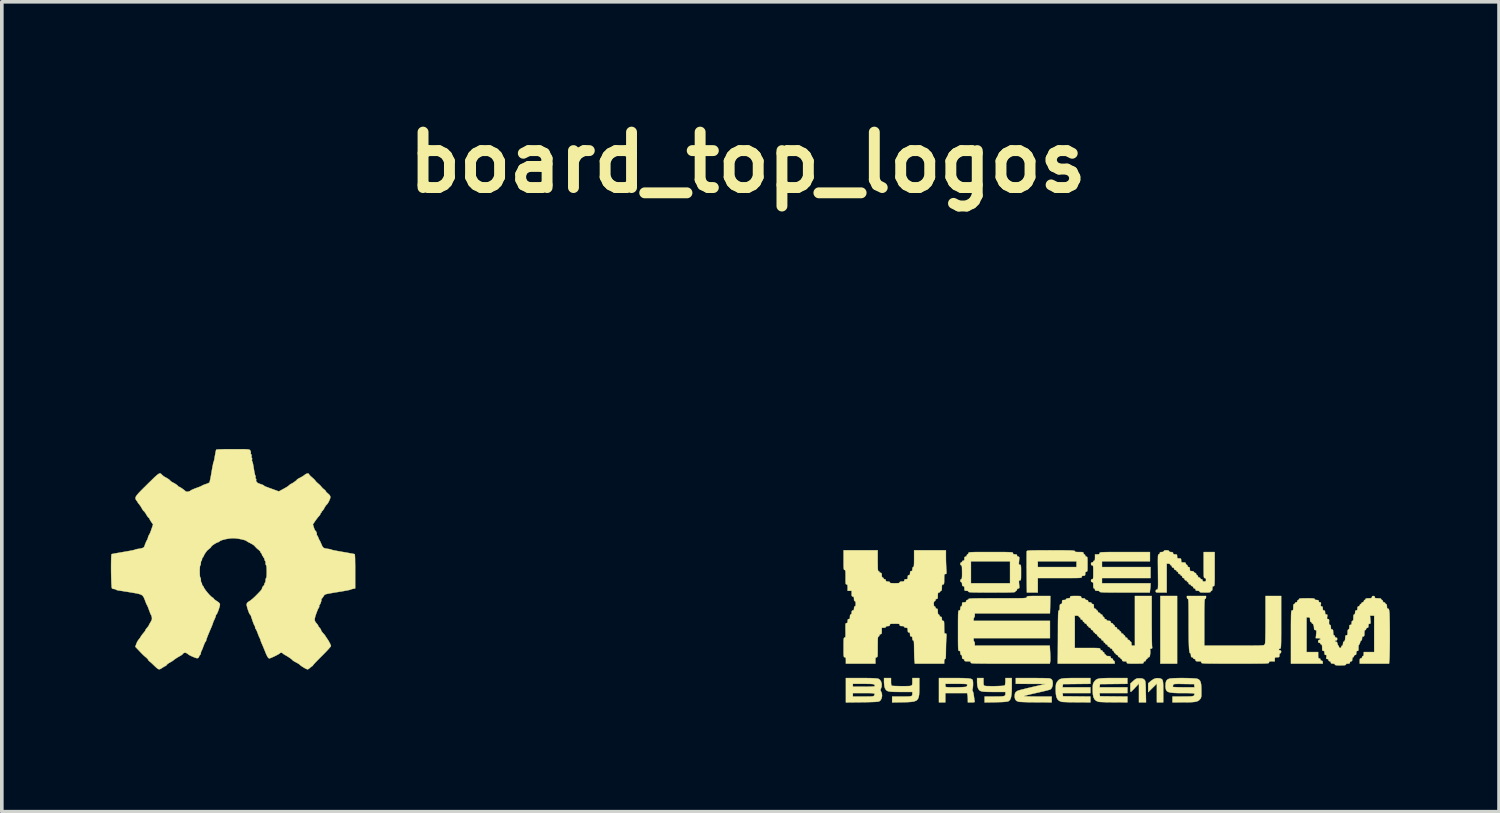
<source format=kicad_pcb>
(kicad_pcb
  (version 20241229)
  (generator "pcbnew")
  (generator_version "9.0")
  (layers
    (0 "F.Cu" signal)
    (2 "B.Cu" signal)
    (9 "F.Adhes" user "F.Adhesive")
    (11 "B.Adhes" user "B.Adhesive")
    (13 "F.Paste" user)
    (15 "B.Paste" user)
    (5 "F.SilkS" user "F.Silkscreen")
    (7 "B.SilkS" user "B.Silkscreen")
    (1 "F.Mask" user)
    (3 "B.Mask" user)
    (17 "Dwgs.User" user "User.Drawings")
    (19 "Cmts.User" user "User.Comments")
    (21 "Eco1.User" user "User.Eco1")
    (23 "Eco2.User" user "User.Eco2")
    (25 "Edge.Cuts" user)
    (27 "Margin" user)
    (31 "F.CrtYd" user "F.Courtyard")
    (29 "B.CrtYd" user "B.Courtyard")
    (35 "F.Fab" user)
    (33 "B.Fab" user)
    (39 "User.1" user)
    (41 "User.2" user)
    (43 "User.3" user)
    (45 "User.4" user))
  (footprint "board_top_logos"
    (layer "F.Cu")
    (at 17.51 1.418)
    (property "Reference" "board_top_logos" (at 0 0 0) (layer "F.SilkS") (effects (font (size 1.524 1.524) (thickness 0.3))))
    (attr through_hole)
    (fp_poly (pts (xy 11.81 13.781) (xy 11.349 13.781) (xy 11.349 11.921) (xy 11.81 11.921) (xy 11.81 13.781)) (stroke (width 0.01) (type solid)) (fill yes) (layer "F.SilkS"))
    (fp_poly (pts (xy 11.321 14.184) (xy 11.356 14.193) (xy 11.383 14.204) (xy 11.402 14.222) (xy 11.415 14.252) (xy 11.423 14.298) (xy 11.427 14.363) (xy 11.428 14.453) (xy 11.428 14.546) (xy 11.428 14.846) (xy 11.254 14.846) (xy 11.254 14.33) (xy 11.015 14.567) (xy 11.015 14.324) (xy 11.088 14.259) (xy 11.167 14.205) (xy 11.245 14.181) (xy 11.321 14.184)) (stroke (width 0.01) (type solid)) (fill yes) (layer "F.SilkS"))
    (fp_poly (pts (xy 10.837 14.189) (xy 10.875 14.199) (xy 10.904 14.219) (xy 10.907 14.222) (xy 10.92 14.237) (xy 10.93 14.253) (xy 10.936 14.277) (xy 10.941 14.313) (xy 10.944 14.366) (xy 10.947 14.441) (xy 10.949 14.542) (xy 10.949 14.552) (xy 10.955 14.846) (xy 10.761 14.846) (xy 10.761 14.329) (xy 10.653 14.444) (xy 10.607 14.493) (xy 10.568 14.532) (xy 10.542 14.555) (xy 10.534 14.56) (xy 10.529 14.545) (xy 10.525 14.507) (xy 10.524 14.452) (xy 10.524 14.444) (xy 10.526 14.329) (xy 10.605 14.258) (xy 10.65 14.219) (xy 10.684 14.198) (xy 10.72 14.188) (xy 10.769 14.186) (xy 10.778 14.186) (xy 10.837 14.189)) (stroke (width 0.01) (type solid)) (fill yes) (layer "F.SilkS"))
    (fp_poly (pts (xy 10.443 14.337) (xy 9.688 14.345) (xy 9.683 14.389) (xy 9.678 14.433) (xy 10.443 14.433) (xy 10.443 14.591) (xy 9.678 14.591) (xy 9.683 14.635) (xy 9.688 14.679) (xy 10.443 14.687) (xy 10.443 14.846) (xy 10.065 14.844) (xy 9.956 14.843) (xy 9.856 14.842) (xy 9.769 14.839) (xy 9.7 14.836) (xy 9.656 14.832) (xy 9.643 14.829) (xy 9.583 14.804) (xy 9.54 14.764) (xy 9.511 14.707) (xy 9.495 14.628) (xy 9.489 14.522) (xy 9.489 14.507) (xy 9.49 14.43) (xy 9.493 14.376) (xy 9.5 14.339) (xy 9.512 14.309) (xy 9.525 14.288) (xy 9.548 14.256) (xy 9.572 14.231) (xy 9.601 14.212) (xy 9.64 14.198) (xy 9.691 14.189) (xy 9.759 14.183) (xy 9.849 14.18) (xy 9.963 14.178) (xy 10.057 14.178) (xy 10.443 14.178) (xy 10.443 14.337)) (stroke (width 0.01) (type solid)) (fill yes) (layer "F.SilkS"))
    (fp_poly (pts (xy 9.426 14.337) (xy 9.048 14.341) (xy 8.671 14.345) (xy 8.666 14.389) (xy 8.661 14.433) (xy 9.426 14.433) (xy 9.426 14.591) (xy 8.661 14.591) (xy 8.666 14.635) (xy 8.671 14.679) (xy 9.048 14.683) (xy 9.426 14.687) (xy 9.426 14.846) (xy 9.048 14.844) (xy 8.939 14.843) (xy 8.839 14.842) (xy 8.752 14.839) (xy 8.683 14.836) (xy 8.638 14.832) (xy 8.625 14.829) (xy 8.566 14.804) (xy 8.523 14.764) (xy 8.494 14.707) (xy 8.478 14.628) (xy 8.472 14.522) (xy 8.472 14.507) (xy 8.473 14.43) (xy 8.476 14.376) (xy 8.483 14.339) (xy 8.495 14.309) (xy 8.508 14.288) (xy 8.531 14.256) (xy 8.555 14.231) (xy 8.584 14.212) (xy 8.622 14.198) (xy 8.674 14.189) (xy 8.742 14.183) (xy 8.831 14.18) (xy 8.946 14.178) (xy 9.04 14.178) (xy 9.426 14.178) (xy 9.426 14.337)) (stroke (width 0.01) (type solid)) (fill yes) (layer "F.SilkS"))
    (fp_poly (pts (xy 3.942 14.28) (xy 3.944 14.339) (xy 3.951 14.374) (xy 3.964 14.39) (xy 3.967 14.391) (xy 3.991 14.394) (xy 4.041 14.397) (xy 4.11 14.399) (xy 4.193 14.401) (xy 4.251 14.401) (xy 4.352 14.401) (xy 4.425 14.399) (xy 4.474 14.395) (xy 4.505 14.384) (xy 4.522 14.366) (xy 4.529 14.338) (xy 4.53 14.297) (xy 4.53 14.264) (xy 4.53 14.178) (xy 4.721 14.178) (xy 4.721 14.416) (xy 4.72 14.539) (xy 4.715 14.635) (xy 4.702 14.707) (xy 4.678 14.76) (xy 4.639 14.797) (xy 4.582 14.82) (xy 4.504 14.833) (xy 4.401 14.84) (xy 4.272 14.843) (xy 3.974 14.848) (xy 3.974 14.687) (xy 4.242 14.687) (xy 4.344 14.687) (xy 4.419 14.685) (xy 4.47 14.681) (xy 4.503 14.673) (xy 4.52 14.66) (xy 4.528 14.64) (xy 4.53 14.613) (xy 4.53 14.598) (xy 4.53 14.56) (xy 4.211 14.56) (xy 4.09 14.559) (xy 3.995 14.557) (xy 3.925 14.552) (xy 3.873 14.543) (xy 3.836 14.53) (xy 3.81 14.511) (xy 3.791 14.485) (xy 3.777 14.459) (xy 3.76 14.399) (xy 3.752 14.317) (xy 3.751 14.291) (xy 3.751 14.178) (xy 3.942 14.178) (xy 3.942 14.28)) (stroke (width 0.01) (type solid)) (fill yes) (layer "F.SilkS"))
    (fp_poly (pts (xy 6.485 14.28) (xy 6.487 14.339) (xy 6.494 14.374) (xy 6.508 14.39) (xy 6.51 14.391) (xy 6.54 14.396) (xy 6.593 14.4) (xy 6.662 14.401) (xy 6.742 14.402) (xy 6.825 14.401) (xy 6.906 14.398) (xy 6.977 14.395) (xy 7.032 14.39) (xy 7.065 14.384) (xy 7.07 14.382) (xy 7.08 14.356) (xy 7.087 14.31) (xy 7.089 14.27) (xy 7.089 14.178) (xy 7.264 14.178) (xy 7.264 14.413) (xy 7.262 14.54) (xy 7.254 14.638) (xy 7.241 14.713) (xy 7.221 14.766) (xy 7.193 14.801) (xy 7.17 14.816) (xy 7.138 14.825) (xy 7.08 14.832) (xy 6.994 14.838) (xy 6.878 14.841) (xy 6.823 14.843) (xy 6.517 14.848) (xy 6.517 14.687) (xy 6.784 14.687) (xy 6.89 14.686) (xy 6.968 14.684) (xy 7.022 14.679) (xy 7.057 14.671) (xy 7.078 14.657) (xy 7.087 14.637) (xy 7.089 14.609) (xy 7.089 14.604) (xy 7.089 14.56) (xy 6.77 14.56) (xy 6.649 14.559) (xy 6.555 14.557) (xy 6.484 14.552) (xy 6.432 14.543) (xy 6.395 14.53) (xy 6.37 14.511) (xy 6.35 14.485) (xy 6.336 14.459) (xy 6.319 14.399) (xy 6.311 14.317) (xy 6.31 14.291) (xy 6.31 14.178) (xy 6.485 14.178) (xy 6.485 14.28)) (stroke (width 0.01) (type solid)) (fill yes) (layer "F.SilkS"))
    (fp_poly (pts (xy 7.936 14.179) (xy 8.046 14.18) (xy 8.143 14.181) (xy 8.222 14.183) (xy 8.278 14.185) (xy 8.308 14.188) (xy 8.309 14.188) (xy 8.355 14.21) (xy 8.375 14.236) (xy 8.39 14.295) (xy 8.389 14.361) (xy 8.375 14.422) (xy 8.348 14.471) (xy 8.321 14.493) (xy 8.295 14.501) (xy 8.244 14.515) (xy 8.172 14.533) (xy 8.084 14.554) (xy 7.984 14.577) (xy 7.942 14.586) (xy 7.842 14.609) (xy 7.754 14.63) (xy 7.681 14.648) (xy 7.629 14.663) (xy 7.601 14.673) (xy 7.598 14.675) (xy 7.613 14.678) (xy 7.656 14.681) (xy 7.721 14.684) (xy 7.806 14.686) (xy 7.905 14.687) (xy 7.979 14.687) (xy 8.361 14.687) (xy 8.361 14.846) (xy 7.936 14.844) (xy 7.82 14.843) (xy 7.712 14.842) (xy 7.617 14.839) (xy 7.539 14.836) (xy 7.485 14.833) (xy 7.458 14.83) (xy 7.397 14.808) (xy 7.361 14.771) (xy 7.345 14.715) (xy 7.343 14.678) (xy 7.35 14.611) (xy 7.372 14.566) (xy 7.414 14.535) (xy 7.437 14.524) (xy 7.464 14.516) (xy 7.517 14.501) (xy 7.591 14.483) (xy 7.681 14.46) (xy 7.782 14.436) (xy 7.836 14.423) (xy 8.194 14.34) (xy 7.785 14.338) (xy 7.375 14.337) (xy 7.375 14.178) (xy 7.818 14.178) (xy 7.936 14.179)) (stroke (width 0.01) (type solid)) (fill yes) (layer "F.SilkS"))
    (fp_poly (pts (xy 5.814 14.179) (xy 5.925 14.18) (xy 6.012 14.184) (xy 6.077 14.189) (xy 6.124 14.196) (xy 6.156 14.206) (xy 6.176 14.219) (xy 6.187 14.231) (xy 6.194 14.259) (xy 6.198 14.308) (xy 6.198 14.366) (xy 6.195 14.422) (xy 6.189 14.465) (xy 6.184 14.48) (xy 6.179 14.515) (xy 6.189 14.536) (xy 6.202 14.568) (xy 6.214 14.62) (xy 6.221 14.671) (xy 6.229 14.731) (xy 6.236 14.782) (xy 6.241 14.81) (xy 6.244 14.83) (xy 6.236 14.84) (xy 6.21 14.845) (xy 6.159 14.846) (xy 6.153 14.846) (xy 6.056 14.846) (xy 6.056 14.768) (xy 6.054 14.71) (xy 6.049 14.656) (xy 6.046 14.641) (xy 6.036 14.591) (xy 5.436 14.591) (xy 5.436 14.846) (xy 5.261 14.846) (xy 5.261 14.337) (xy 5.436 14.337) (xy 5.436 14.374) (xy 5.44 14.408) (xy 5.447 14.422) (xy 5.468 14.427) (xy 5.514 14.431) (xy 5.579 14.433) (xy 5.656 14.434) (xy 5.74 14.433) (xy 5.823 14.431) (xy 5.899 14.428) (xy 5.962 14.424) (xy 6.005 14.419) (xy 6.021 14.413) (xy 6.038 14.382) (xy 6.04 14.366) (xy 6.038 14.356) (xy 6.029 14.348) (xy 6.009 14.343) (xy 5.974 14.34) (xy 5.92 14.338) (xy 5.842 14.337) (xy 5.738 14.337) (xy 5.436 14.337) (xy 5.261 14.337) (xy 5.261 14.178) (xy 5.673 14.178) (xy 5.814 14.179)) (stroke (width 0.01) (type solid)) (fill yes) (layer "F.SilkS"))
    (fp_poly (pts (xy 3.271 14.179) (xy 3.395 14.181) (xy 3.49 14.185) (xy 3.556 14.19) (xy 3.592 14.196) (xy 3.638 14.228) (xy 3.671 14.281) (xy 3.687 14.346) (xy 3.684 14.414) (xy 3.665 14.467) (xy 3.652 14.502) (xy 3.657 14.529) (xy 3.664 14.539) (xy 3.69 14.599) (xy 3.696 14.667) (xy 3.684 14.734) (xy 3.654 14.789) (xy 3.621 14.817) (xy 3.601 14.824) (xy 3.563 14.829) (xy 3.506 14.834) (xy 3.426 14.837) (xy 3.32 14.84) (xy 3.187 14.843) (xy 3.143 14.843) (xy 2.702 14.848) (xy 2.702 14.591) (xy 2.893 14.591) (xy 2.893 14.687) (xy 3.178 14.687) (xy 3.281 14.687) (xy 3.355 14.686) (xy 3.408 14.684) (xy 3.442 14.68) (xy 3.463 14.674) (xy 3.474 14.665) (xy 3.48 14.656) (xy 3.491 14.634) (xy 3.494 14.618) (xy 3.485 14.606) (xy 3.46 14.599) (xy 3.417 14.594) (xy 3.352 14.592) (xy 3.26 14.592) (xy 3.195 14.591) (xy 2.893 14.591) (xy 2.702 14.591) (xy 2.702 14.337) (xy 2.893 14.337) (xy 2.893 14.417) (xy 3.195 14.417) (xy 3.294 14.416) (xy 3.378 14.414) (xy 3.442 14.411) (xy 3.483 14.407) (xy 3.497 14.402) (xy 3.496 14.38) (xy 3.489 14.363) (xy 3.473 14.352) (xy 3.444 14.344) (xy 3.397 14.34) (xy 3.328 14.338) (xy 3.234 14.337) (xy 3.185 14.337) (xy 2.893 14.337) (xy 2.702 14.337) (xy 2.702 14.178) (xy 3.121 14.178) (xy 3.271 14.179)) (stroke (width 0.01) (type solid)) (fill yes) (layer "F.SilkS"))
    (fp_poly (pts (xy 11.063 10.967) (xy 9.744 10.967) (xy 9.744 11.126) (xy 11.079 11.126) (xy 11.079 11.428) (xy 9.744 11.428) (xy 9.744 11.571) (xy 11.079 11.571) (xy 11.079 11.615) (xy 11.077 11.657) (xy 11.072 11.713) (xy 11.068 11.742) (xy 11.058 11.826) (xy 10.369 11.826) (xy 10.201 11.826) (xy 10.063 11.825) (xy 9.951 11.825) (xy 9.862 11.823) (xy 9.795 11.822) (xy 9.746 11.819) (xy 9.712 11.816) (xy 9.692 11.812) (xy 9.682 11.807) (xy 9.68 11.802) (xy 9.669 11.785) (xy 9.635 11.779) (xy 9.616 11.778) (xy 9.575 11.775) (xy 9.556 11.765) (xy 9.553 11.746) (xy 9.543 11.72) (xy 9.529 11.715) (xy 9.515 11.707) (xy 9.507 11.679) (xy 9.505 11.627) (xy 9.504 11.577) (xy 9.498 11.55) (xy 9.484 11.541) (xy 9.473 11.54) (xy 9.448 11.53) (xy 9.442 11.5) (xy 9.449 11.469) (xy 9.473 11.46) (xy 9.487 11.458) (xy 9.496 11.449) (xy 9.501 11.428) (xy 9.504 11.388) (xy 9.505 11.326) (xy 9.505 11.269) (xy 9.505 11.189) (xy 9.503 11.135) (xy 9.5 11.102) (xy 9.493 11.085) (xy 9.483 11.079) (xy 9.473 11.079) (xy 9.448 11.069) (xy 9.442 11.039) (xy 9.449 11.008) (xy 9.473 10.999) (xy 9.499 10.989) (xy 9.505 10.975) (xy 9.518 10.954) (xy 9.529 10.952) (xy 9.543 10.944) (xy 9.551 10.916) (xy 9.553 10.864) (xy 9.553 10.777) (xy 9.616 10.777) (xy 9.658 10.774) (xy 9.676 10.763) (xy 9.68 10.745) (xy 9.681 10.737) (xy 9.685 10.731) (xy 9.695 10.726) (xy 9.714 10.722) (xy 9.744 10.719) (xy 9.789 10.717) (xy 9.851 10.715) (xy 9.933 10.714) (xy 10.038 10.713) (xy 10.169 10.713) (xy 10.327 10.713) (xy 10.371 10.713) (xy 11.063 10.713) (xy 11.063 10.967)) (stroke (width 0.01) (type solid)) (fill yes) (layer "F.SilkS"))
    (fp_poly (pts (xy 8.502 10.666) (xy 8.637 10.666) (xy 8.745 10.667) (xy 8.83 10.668) (xy 8.894 10.67) (xy 8.939 10.673) (xy 8.97 10.676) (xy 8.987 10.68) (xy 8.995 10.685) (xy 8.996 10.689) (xy 9.003 10.702) (xy 9.025 10.709) (xy 9.07 10.713) (xy 9.116 10.713) (xy 9.177 10.714) (xy 9.212 10.717) (xy 9.23 10.725) (xy 9.235 10.739) (xy 9.235 10.745) (xy 9.245 10.771) (xy 9.259 10.777) (xy 9.278 10.79) (xy 9.283 10.809) (xy 9.294 10.835) (xy 9.314 10.84) (xy 9.327 10.842) (xy 9.336 10.851) (xy 9.342 10.871) (xy 9.345 10.909) (xy 9.346 10.969) (xy 9.346 11.047) (xy 9.346 11.131) (xy 9.345 11.189) (xy 9.341 11.225) (xy 9.336 11.244) (xy 9.326 11.252) (xy 9.314 11.254) (xy 9.292 11.26) (xy 9.284 11.284) (xy 9.283 11.309) (xy 9.28 11.347) (xy 9.266 11.362) (xy 9.235 11.365) (xy 9.2 11.37) (xy 9.188 11.388) (xy 9.187 11.397) (xy 9.186 11.405) (xy 9.182 11.411) (xy 9.171 11.417) (xy 9.151 11.421) (xy 9.118 11.424) (xy 9.07 11.426) (xy 9.003 11.427) (xy 8.915 11.428) (xy 8.802 11.428) (xy 8.662 11.428) (xy 8.583 11.428) (xy 7.979 11.428) (xy 7.979 11.826) (xy 7.679 11.826) (xy 7.674 11.273) (xy 7.673 11.143) (xy 7.673 11.022) (xy 7.673 10.967) (xy 7.979 10.967) (xy 7.979 11.126) (xy 9.044 11.126) (xy 9.044 10.967) (xy 7.979 10.967) (xy 7.673 10.967) (xy 7.672 10.914) (xy 7.673 10.824) (xy 7.673 10.754) (xy 7.674 10.709) (xy 7.675 10.693) (xy 7.678 10.686) (xy 7.686 10.681) (xy 7.703 10.676) (xy 7.729 10.673) (xy 7.77 10.67) (xy 7.827 10.668) (xy 7.903 10.667) (xy 8.001 10.666) (xy 8.125 10.666) (xy 8.276 10.665) (xy 8.339 10.665) (xy 8.502 10.666)) (stroke (width 0.01) (type solid)) (fill yes) (layer "F.SilkS"))
    (fp_poly (pts (xy 12.083 14.18) (xy 12.178 14.183) (xy 12.26 14.187) (xy 12.324 14.192) (xy 12.363 14.198) (xy 12.366 14.199) (xy 12.408 14.219) (xy 12.438 14.25) (xy 12.458 14.295) (xy 12.471 14.36) (xy 12.476 14.45) (xy 12.477 14.524) (xy 12.477 14.606) (xy 12.476 14.662) (xy 12.471 14.7) (xy 12.463 14.727) (xy 12.45 14.747) (xy 12.434 14.767) (xy 12.408 14.792) (xy 12.377 14.811) (xy 12.337 14.825) (xy 12.284 14.835) (xy 12.213 14.841) (xy 12.119 14.844) (xy 12 14.845) (xy 11.973 14.845) (xy 11.683 14.846) (xy 11.683 14.687) (xy 11.966 14.687) (xy 12.075 14.686) (xy 12.156 14.684) (xy 12.214 14.68) (xy 12.251 14.672) (xy 12.274 14.661) (xy 12.284 14.644) (xy 12.287 14.622) (xy 12.287 14.62) (xy 12.285 14.61) (xy 12.276 14.603) (xy 12.257 14.598) (xy 12.222 14.595) (xy 12.169 14.593) (xy 12.092 14.592) (xy 11.989 14.591) (xy 11.973 14.591) (xy 11.836 14.591) (xy 11.728 14.587) (xy 11.645 14.58) (xy 11.585 14.567) (xy 11.542 14.548) (xy 11.515 14.52) (xy 11.5 14.483) (xy 11.493 14.435) (xy 11.492 14.405) (xy 11.692 14.405) (xy 11.693 14.421) (xy 11.711 14.424) (xy 11.755 14.428) (xy 11.821 14.43) (xy 11.903 14.432) (xy 11.995 14.433) (xy 12.289 14.433) (xy 12.284 14.389) (xy 12.279 14.345) (xy 11.996 14.341) (xy 11.895 14.339) (xy 11.822 14.339) (xy 11.771 14.34) (xy 11.738 14.343) (xy 11.718 14.348) (xy 11.708 14.357) (xy 11.702 14.369) (xy 11.7 14.373) (xy 11.692 14.405) (xy 11.492 14.405) (xy 11.492 14.385) (xy 11.497 14.306) (xy 11.514 14.252) (xy 11.547 14.217) (xy 11.599 14.195) (xy 11.6 14.195) (xy 11.639 14.189) (xy 11.703 14.184) (xy 11.785 14.181) (xy 11.88 14.179) (xy 11.982 14.179) (xy 12.083 14.18)) (stroke (width 0.01) (type solid)) (fill yes) (layer "F.SilkS"))
    (fp_poly (pts (xy 8.321 12.068) (xy 8.319 12.147) (xy 8.318 12.227) (xy 8.316 12.292) (xy 8.316 12.307) (xy 8.313 12.398) (xy 6.247 12.398) (xy 6.247 12.454) (xy 6.243 12.49) (xy 6.233 12.509) (xy 6.231 12.509) (xy 6.22 12.523) (xy 6.215 12.556) (xy 6.215 12.557) (xy 6.215 12.605) (xy 8.313 12.605) (xy 8.313 13.081) (xy 6.215 13.081) (xy 6.215 13.129) (xy 6.219 13.163) (xy 6.231 13.177) (xy 6.231 13.177) (xy 6.241 13.191) (xy 6.247 13.225) (xy 6.247 13.232) (xy 6.247 13.288) (xy 8.308 13.288) (xy 8.319 13.483) (xy 8.322 13.563) (xy 8.324 13.637) (xy 8.323 13.696) (xy 8.319 13.729) (xy 8.309 13.781) (xy 7.222 13.781) (xy 7.01 13.781) (xy 6.828 13.781) (xy 6.672 13.781) (xy 6.542 13.78) (xy 6.435 13.779) (xy 6.349 13.778) (xy 6.281 13.777) (xy 6.229 13.775) (xy 6.191 13.773) (xy 6.165 13.77) (xy 6.149 13.766) (xy 6.14 13.761) (xy 6.136 13.756) (xy 6.135 13.75) (xy 6.135 13.749) (xy 6.132 13.731) (xy 6.115 13.721) (xy 6.079 13.718) (xy 6.048 13.717) (xy 5.997 13.716) (xy 5.971 13.71) (xy 5.962 13.697) (xy 5.961 13.685) (xy 5.949 13.659) (xy 5.929 13.654) (xy 5.907 13.647) (xy 5.898 13.623) (xy 5.897 13.598) (xy 5.892 13.557) (xy 5.875 13.543) (xy 5.873 13.542) (xy 5.856 13.53) (xy 5.849 13.492) (xy 5.849 13.487) (xy 5.846 13.448) (xy 5.832 13.433) (xy 5.818 13.431) (xy 5.809 13.43) (xy 5.802 13.426) (xy 5.797 13.414) (xy 5.793 13.393) (xy 5.79 13.359) (xy 5.788 13.308) (xy 5.787 13.238) (xy 5.786 13.146) (xy 5.786 13.029) (xy 5.786 12.883) (xy 5.786 12.875) (xy 5.786 12.727) (xy 5.786 12.608) (xy 5.787 12.515) (xy 5.788 12.444) (xy 5.79 12.393) (xy 5.793 12.358) (xy 5.797 12.336) (xy 5.802 12.324) (xy 5.809 12.319) (xy 5.817 12.319) (xy 5.818 12.319) (xy 5.839 12.312) (xy 5.848 12.288) (xy 5.849 12.263) (xy 5.854 12.222) (xy 5.871 12.207) (xy 5.873 12.207) (xy 5.891 12.195) (xy 5.897 12.157) (xy 5.897 12.152) (xy 5.899 12.114) (xy 5.913 12.099) (xy 5.948 12.096) (xy 5.953 12.096) (xy 5.991 12.092) (xy 6.006 12.079) (xy 6.008 12.064) (xy 6.019 12.038) (xy 6.04 12.032) (xy 6.066 12.022) (xy 6.072 12.009) (xy 6.075 12.003) (xy 6.086 11.999) (xy 6.107 11.995) (xy 6.14 11.992) (xy 6.189 11.989) (xy 6.256 11.988) (xy 6.343 11.986) (xy 6.452 11.986) (xy 6.587 11.985) (xy 6.749 11.985) (xy 6.875 11.985) (xy 7.055 11.985) (xy 7.206 11.985) (xy 7.33 11.984) (xy 7.43 11.984) (xy 7.509 11.982) (xy 7.569 11.981) (xy 7.613 11.978) (xy 7.643 11.975) (xy 7.662 11.972) (xy 7.672 11.967) (xy 7.676 11.961) (xy 7.677 11.954) (xy 7.677 11.953) (xy 7.678 11.942) (xy 7.685 11.934) (xy 7.701 11.929) (xy 7.73 11.925) (xy 7.776 11.923) (xy 7.844 11.922) (xy 7.937 11.921) (xy 8 11.921) (xy 8.323 11.921) (xy 8.321 12.068)) (stroke (width 0.01) (type solid)) (fill yes) (layer "F.SilkS"))
    (fp_poly (pts (xy 12.605 11.961) (xy 12.596 11.993) (xy 12.581 12.001) (xy 12.575 12.004) (xy 12.57 12.015) (xy 12.566 12.038) (xy 12.563 12.074) (xy 12.561 12.126) (xy 12.559 12.198) (xy 12.558 12.292) (xy 12.557 12.411) (xy 12.557 12.558) (xy 12.557 12.644) (xy 12.557 13.288) (xy 13.383 13.288) (xy 13.569 13.288) (xy 13.724 13.288) (xy 13.853 13.287) (xy 13.957 13.286) (xy 14.04 13.285) (xy 14.103 13.283) (xy 14.149 13.28) (xy 14.18 13.277) (xy 14.199 13.273) (xy 14.208 13.269) (xy 14.21 13.264) (xy 14.219 13.243) (xy 14.226 13.24) (xy 14.23 13.225) (xy 14.234 13.178) (xy 14.237 13.1) (xy 14.239 12.993) (xy 14.241 12.857) (xy 14.242 12.692) (xy 14.242 12.581) (xy 14.242 11.921) (xy 14.671 11.921) (xy 14.671 12.644) (xy 14.671 12.815) (xy 14.671 12.956) (xy 14.67 13.071) (xy 14.67 13.162) (xy 14.668 13.232) (xy 14.666 13.284) (xy 14.664 13.321) (xy 14.66 13.345) (xy 14.656 13.359) (xy 14.65 13.365) (xy 14.643 13.367) (xy 14.639 13.368) (xy 14.613 13.378) (xy 14.607 13.391) (xy 14.621 13.411) (xy 14.639 13.415) (xy 14.664 13.425) (xy 14.671 13.455) (xy 14.663 13.487) (xy 14.647 13.495) (xy 14.629 13.507) (xy 14.623 13.545) (xy 14.623 13.55) (xy 14.621 13.586) (xy 14.609 13.602) (xy 14.578 13.606) (xy 14.56 13.606) (xy 14.519 13.608) (xy 14.501 13.618) (xy 14.496 13.645) (xy 14.496 13.662) (xy 14.496 13.717) (xy 14.417 13.717) (xy 14.369 13.719) (xy 14.345 13.726) (xy 14.338 13.742) (xy 14.337 13.749) (xy 14.337 13.756) (xy 14.333 13.761) (xy 14.325 13.766) (xy 14.309 13.77) (xy 14.283 13.773) (xy 14.244 13.776) (xy 14.191 13.778) (xy 14.121 13.779) (xy 14.031 13.78) (xy 13.919 13.78) (xy 13.783 13.781) (xy 13.62 13.781) (xy 13.427 13.781) (xy 13.407 13.781) (xy 13.212 13.781) (xy 13.047 13.781) (xy 12.908 13.78) (xy 12.794 13.78) (xy 12.702 13.779) (xy 12.63 13.778) (xy 12.575 13.776) (xy 12.535 13.773) (xy 12.508 13.77) (xy 12.491 13.767) (xy 12.482 13.762) (xy 12.478 13.756) (xy 12.477 13.75) (xy 12.477 13.749) (xy 12.473 13.73) (xy 12.456 13.72) (xy 12.416 13.717) (xy 12.398 13.717) (xy 12.35 13.716) (xy 12.327 13.708) (xy 12.319 13.693) (xy 12.319 13.685) (xy 12.307 13.659) (xy 12.287 13.654) (xy 12.261 13.644) (xy 12.255 13.63) (xy 12.242 13.61) (xy 12.223 13.606) (xy 12.201 13.6) (xy 12.192 13.575) (xy 12.191 13.55) (xy 12.186 13.509) (xy 12.17 13.495) (xy 12.16 13.489) (xy 12.153 13.468) (xy 12.146 13.433) (xy 12.14 13.379) (xy 12.136 13.305) (xy 12.133 13.209) (xy 12.13 13.089) (xy 12.129 12.943) (xy 12.128 12.769) (xy 12.128 12.617) (xy 12.128 12.459) (xy 12.127 12.33) (xy 12.126 12.227) (xy 12.125 12.148) (xy 12.123 12.089) (xy 12.12 12.047) (xy 12.116 12.021) (xy 12.112 12.006) (xy 12.106 12.001) (xy 12.104 12.001) (xy 12.085 11.987) (xy 12.08 11.961) (xy 12.08 11.921) (xy 12.605 11.921) (xy 12.605 11.961)) (stroke (width 0.01) (type solid)) (fill yes) (layer "F.SilkS"))
    (fp_poly (pts (xy 6.839 10.713) (xy 6.966 10.713) (xy 7.067 10.714) (xy 7.144 10.715) (xy 7.202 10.717) (xy 7.243 10.719) (xy 7.27 10.723) (xy 7.286 10.727) (xy 7.293 10.733) (xy 7.296 10.74) (xy 7.296 10.745) (xy 7.302 10.767) (xy 7.326 10.776) (xy 7.351 10.777) (xy 7.39 10.78) (xy 7.405 10.794) (xy 7.407 10.809) (xy 7.418 10.835) (xy 7.441 10.84) (xy 7.458 10.842) (xy 7.467 10.852) (xy 7.47 10.878) (xy 7.466 10.926) (xy 7.464 10.952) (xy 7.459 11.01) (xy 7.459 11.043) (xy 7.465 11.058) (xy 7.479 11.063) (xy 7.486 11.063) (xy 7.499 11.064) (xy 7.508 11.072) (xy 7.513 11.091) (xy 7.517 11.127) (xy 7.518 11.184) (xy 7.518 11.267) (xy 7.518 11.277) (xy 7.518 11.364) (xy 7.517 11.423) (xy 7.514 11.461) (xy 7.508 11.481) (xy 7.5 11.49) (xy 7.487 11.492) (xy 7.486 11.492) (xy 7.47 11.494) (xy 7.461 11.506) (xy 7.46 11.533) (xy 7.463 11.583) (xy 7.465 11.603) (xy 7.47 11.661) (xy 7.47 11.695) (xy 7.463 11.71) (xy 7.449 11.714) (xy 7.441 11.715) (xy 7.413 11.725) (xy 7.407 11.746) (xy 7.397 11.772) (xy 7.383 11.778) (xy 7.362 11.791) (xy 7.359 11.802) (xy 7.356 11.808) (xy 7.345 11.813) (xy 7.322 11.817) (xy 7.286 11.82) (xy 7.234 11.822) (xy 7.162 11.824) (xy 7.068 11.825) (xy 6.949 11.825) (xy 6.802 11.826) (xy 6.716 11.826) (xy 6.554 11.826) (xy 6.421 11.825) (xy 6.315 11.824) (xy 6.232 11.823) (xy 6.17 11.821) (xy 6.125 11.818) (xy 6.096 11.815) (xy 6.08 11.811) (xy 6.073 11.805) (xy 6.072 11.802) (xy 6.06 11.784) (xy 6.021 11.778) (xy 6.016 11.778) (xy 5.981 11.776) (xy 5.965 11.764) (xy 5.961 11.733) (xy 5.961 11.715) (xy 5.958 11.673) (xy 5.947 11.655) (xy 5.929 11.651) (xy 5.907 11.645) (xy 5.898 11.62) (xy 5.897 11.595) (xy 5.892 11.554) (xy 5.875 11.54) (xy 5.873 11.54) (xy 5.854 11.526) (xy 5.849 11.5) (xy 5.858 11.468) (xy 5.873 11.46) (xy 5.883 11.455) (xy 5.89 11.438) (xy 5.895 11.403) (xy 5.897 11.345) (xy 5.897 11.269) (xy 5.896 11.187) (xy 5.894 11.132) (xy 5.89 11.099) (xy 5.883 11.083) (xy 5.873 11.079) (xy 5.854 11.065) (xy 5.849 11.039) (xy 5.858 11.007) (xy 5.873 10.999) (xy 5.894 10.987) (xy 5.897 10.975) (xy 5.902 10.967) (xy 6.14 10.967) (xy 6.14 11.571) (xy 7.216 11.571) (xy 7.216 10.967) (xy 6.14 10.967) (xy 5.902 10.967) (xy 5.91 10.956) (xy 5.929 10.952) (xy 5.951 10.945) (xy 5.96 10.921) (xy 5.961 10.896) (xy 5.964 10.858) (xy 5.978 10.842) (xy 5.992 10.84) (xy 6.019 10.829) (xy 6.024 10.809) (xy 6.034 10.783) (xy 6.048 10.777) (xy 6.067 10.763) (xy 6.072 10.745) (xy 6.073 10.737) (xy 6.077 10.73) (xy 6.088 10.725) (xy 6.108 10.721) (xy 6.141 10.718) (xy 6.189 10.716) (xy 6.255 10.714) (xy 6.342 10.714) (xy 6.454 10.713) (xy 6.593 10.713) (xy 6.684 10.713) (xy 6.839 10.713)) (stroke (width 0.01) (type solid)) (fill yes) (layer "F.SilkS"))
    (fp_poly (pts (xy 11.563 10.669) (xy 11.584 10.679) (xy 11.587 10.689) (xy 11.599 10.707) (xy 11.638 10.713) (xy 11.643 10.713) (xy 11.681 10.717) (xy 11.697 10.731) (xy 11.699 10.745) (xy 11.705 10.767) (xy 11.729 10.776) (xy 11.754 10.777) (xy 11.792 10.779) (xy 11.807 10.793) (xy 11.81 10.828) (xy 11.81 10.832) (xy 11.812 10.87) (xy 11.826 10.885) (xy 11.861 10.888) (xy 11.866 10.888) (xy 11.903 10.89) (xy 11.918 10.904) (xy 11.921 10.939) (xy 11.921 10.944) (xy 11.923 10.979) (xy 11.935 10.995) (xy 11.966 10.999) (xy 11.985 10.999) (xy 12.026 11.002) (xy 12.045 11.013) (xy 12.048 11.031) (xy 12.058 11.057) (xy 12.072 11.063) (xy 12.092 11.076) (xy 12.096 11.095) (xy 12.107 11.121) (xy 12.128 11.126) (xy 12.15 11.133) (xy 12.159 11.157) (xy 12.16 11.182) (xy 12.162 11.219) (xy 12.176 11.235) (xy 12.211 11.238) (xy 12.215 11.238) (xy 12.256 11.243) (xy 12.271 11.259) (xy 12.271 11.262) (xy 12.284 11.281) (xy 12.303 11.285) (xy 12.329 11.297) (xy 12.334 11.317) (xy 12.344 11.343) (xy 12.358 11.349) (xy 12.378 11.362) (xy 12.382 11.381) (xy 12.393 11.407) (xy 12.414 11.413) (xy 12.44 11.422) (xy 12.446 11.436) (xy 12.459 11.456) (xy 12.477 11.46) (xy 12.504 11.471) (xy 12.509 11.492) (xy 12.517 11.515) (xy 12.545 11.523) (xy 12.557 11.524) (xy 12.591 11.52) (xy 12.603 11.501) (xy 12.605 11.476) (xy 12.6 11.441) (xy 12.581 11.429) (xy 12.573 11.428) (xy 12.563 11.427) (xy 12.555 11.421) (xy 12.549 11.407) (xy 12.545 11.379) (xy 12.543 11.335) (xy 12.542 11.271) (xy 12.541 11.183) (xy 12.541 11.071) (xy 12.541 10.713) (xy 12.843 10.713) (xy 12.843 11.182) (xy 12.843 11.316) (xy 12.843 11.422) (xy 12.842 11.503) (xy 12.84 11.562) (xy 12.838 11.603) (xy 12.834 11.629) (xy 12.829 11.643) (xy 12.822 11.649) (xy 12.813 11.651) (xy 12.811 11.651) (xy 12.79 11.656) (xy 12.781 11.678) (xy 12.779 11.715) (xy 12.776 11.759) (xy 12.762 11.777) (xy 12.756 11.778) (xy 12.735 11.791) (xy 12.732 11.802) (xy 12.726 11.813) (xy 12.707 11.82) (xy 12.667 11.824) (xy 12.603 11.826) (xy 12.581 11.826) (xy 12.509 11.825) (xy 12.463 11.822) (xy 12.439 11.816) (xy 12.43 11.805) (xy 12.43 11.802) (xy 12.418 11.784) (xy 12.379 11.778) (xy 12.374 11.778) (xy 12.336 11.775) (xy 12.32 11.761) (xy 12.319 11.746) (xy 12.307 11.72) (xy 12.287 11.715) (xy 12.26 11.703) (xy 12.255 11.683) (xy 12.244 11.656) (xy 12.223 11.651) (xy 12.197 11.641) (xy 12.191 11.627) (xy 12.178 11.608) (xy 12.16 11.603) (xy 12.133 11.592) (xy 12.128 11.571) (xy 12.118 11.546) (xy 12.104 11.54) (xy 12.083 11.527) (xy 12.08 11.516) (xy 12.067 11.496) (xy 12.048 11.492) (xy 12.022 11.481) (xy 12.017 11.46) (xy 12.005 11.434) (xy 11.985 11.428) (xy 11.958 11.417) (xy 11.953 11.397) (xy 11.943 11.371) (xy 11.929 11.365) (xy 11.908 11.352) (xy 11.905 11.341) (xy 11.892 11.322) (xy 11.873 11.317) (xy 11.847 11.306) (xy 11.842 11.285) (xy 11.832 11.259) (xy 11.818 11.254) (xy 11.797 11.241) (xy 11.794 11.23) (xy 11.781 11.21) (xy 11.762 11.206) (xy 11.736 11.195) (xy 11.73 11.174) (xy 11.719 11.148) (xy 11.699 11.142) (xy 11.672 11.131) (xy 11.667 11.111) (xy 11.657 11.085) (xy 11.643 11.079) (xy 11.622 11.066) (xy 11.619 11.055) (xy 11.605 11.036) (xy 11.571 11.031) (xy 11.524 11.031) (xy 11.524 11.826) (xy 11.373 11.826) (xy 11.303 11.826) (xy 11.259 11.824) (xy 11.234 11.819) (xy 11.224 11.809) (xy 11.222 11.793) (xy 11.222 11.786) (xy 11.229 11.755) (xy 11.255 11.746) (xy 11.255 11.746) (xy 11.265 11.746) (xy 11.273 11.741) (xy 11.279 11.73) (xy 11.283 11.707) (xy 11.285 11.671) (xy 11.287 11.616) (xy 11.287 11.54) (xy 11.286 11.44) (xy 11.285 11.321) (xy 11.284 11.175) (xy 11.283 11.058) (xy 11.282 10.967) (xy 11.283 10.898) (xy 11.284 10.848) (xy 11.286 10.814) (xy 11.29 10.793) (xy 11.294 10.782) (xy 11.3 10.777) (xy 11.308 10.777) (xy 11.309 10.777) (xy 11.329 10.763) (xy 11.333 10.745) (xy 11.339 10.723) (xy 11.364 10.714) (xy 11.389 10.713) (xy 11.43 10.708) (xy 11.444 10.691) (xy 11.444 10.689) (xy 11.454 10.674) (xy 11.485 10.666) (xy 11.516 10.665) (xy 11.563 10.669)) (stroke (width 0.01) (type solid)) (fill yes) (layer "F.SilkS"))
    (fp_poly (pts (xy 11.111 12.585) (xy 11.111 12.729) (xy 11.112 12.866) (xy 11.113 12.991) (xy 11.114 13.1) (xy 11.116 13.191) (xy 11.118 13.258) (xy 11.12 13.299) (xy 11.121 13.308) (xy 11.125 13.347) (xy 11.119 13.364) (xy 11.097 13.368) (xy 11.095 13.368) (xy 11.069 13.373) (xy 11.067 13.395) (xy 11.069 13.403) (xy 11.072 13.44) (xy 11.071 13.492) (xy 11.068 13.523) (xy 11.06 13.573) (xy 11.049 13.598) (xy 11.031 13.606) (xy 11.029 13.606) (xy 11.004 13.617) (xy 10.999 13.63) (xy 10.987 13.651) (xy 10.975 13.654) (xy 10.956 13.667) (xy 10.952 13.685) (xy 10.94 13.712) (xy 10.92 13.717) (xy 10.893 13.729) (xy 10.888 13.749) (xy 10.886 13.761) (xy 10.878 13.77) (xy 10.859 13.776) (xy 10.824 13.779) (xy 10.768 13.78) (xy 10.686 13.781) (xy 10.658 13.781) (xy 10.568 13.781) (xy 10.505 13.78) (xy 10.464 13.777) (xy 10.441 13.772) (xy 10.43 13.764) (xy 10.427 13.753) (xy 10.427 13.749) (xy 10.422 13.728) (xy 10.4 13.719) (xy 10.363 13.717) (xy 10.322 13.715) (xy 10.303 13.704) (xy 10.3 13.685) (xy 10.29 13.66) (xy 10.276 13.654) (xy 10.255 13.641) (xy 10.252 13.63) (xy 10.239 13.61) (xy 10.22 13.606) (xy 10.194 13.595) (xy 10.189 13.574) (xy 10.177 13.548) (xy 10.157 13.542) (xy 10.131 13.532) (xy 10.125 13.519) (xy 10.112 13.498) (xy 10.101 13.495) (xy 10.082 13.481) (xy 10.077 13.463) (xy 10.067 13.437) (xy 10.054 13.431) (xy 10.034 13.418) (xy 10.03 13.399) (xy 10.018 13.373) (xy 9.998 13.368) (xy 9.972 13.358) (xy 9.966 13.344) (xy 9.953 13.324) (xy 9.934 13.32) (xy 9.908 13.309) (xy 9.903 13.288) (xy 9.891 13.262) (xy 9.871 13.256) (xy 9.845 13.246) (xy 9.839 13.232) (xy 9.826 13.211) (xy 9.815 13.209) (xy 9.796 13.195) (xy 9.791 13.177) (xy 9.78 13.15) (xy 9.759 13.145) (xy 9.733 13.134) (xy 9.728 13.113) (xy 9.716 13.087) (xy 9.696 13.081) (xy 9.67 13.072) (xy 9.664 13.058) (xy 9.651 13.037) (xy 9.64 13.034) (xy 9.621 13.021) (xy 9.616 13.002) (xy 9.605 12.975) (xy 9.585 12.97) (xy 9.559 12.96) (xy 9.553 12.946) (xy 9.54 12.925) (xy 9.529 12.923) (xy 9.51 12.909) (xy 9.505 12.891) (xy 9.494 12.864) (xy 9.473 12.859) (xy 9.447 12.848) (xy 9.442 12.827) (xy 9.43 12.801) (xy 9.41 12.795) (xy 9.384 12.785) (xy 9.378 12.772) (xy 9.365 12.75) (xy 9.354 12.748) (xy 9.335 12.734) (xy 9.33 12.716) (xy 9.319 12.689) (xy 9.298 12.684) (xy 9.273 12.674) (xy 9.267 12.66) (xy 9.254 12.639) (xy 9.243 12.636) (xy 9.223 12.623) (xy 9.219 12.605) (xy 9.208 12.578) (xy 9.187 12.573) (xy 9.161 12.562) (xy 9.155 12.541) (xy 9.146 12.515) (xy 9.132 12.509) (xy 9.111 12.497) (xy 9.108 12.485) (xy 9.096 12.468) (xy 9.057 12.462) (xy 9.052 12.462) (xy 8.996 12.462) (xy 8.996 13.352) (xy 9.346 13.352) (xy 9.46 13.352) (xy 9.546 13.352) (xy 9.608 13.354) (xy 9.65 13.356) (xy 9.676 13.36) (xy 9.69 13.366) (xy 9.695 13.374) (xy 9.696 13.383) (xy 9.707 13.41) (xy 9.728 13.415) (xy 9.754 13.425) (xy 9.759 13.439) (xy 9.772 13.46) (xy 9.783 13.463) (xy 9.803 13.476) (xy 9.807 13.495) (xy 9.817 13.521) (xy 9.831 13.527) (xy 9.852 13.539) (xy 9.855 13.55) (xy 9.865 13.567) (xy 9.9 13.574) (xy 9.918 13.574) (xy 9.96 13.577) (xy 9.978 13.588) (xy 9.982 13.606) (xy 9.993 13.633) (xy 10.014 13.638) (xy 10.04 13.649) (xy 10.046 13.67) (xy 10.055 13.695) (xy 10.069 13.701) (xy 10.089 13.715) (xy 10.093 13.741) (xy 10.093 13.781) (xy 8.527 13.781) (xy 8.529 13.618) (xy 8.53 13.563) (xy 8.531 13.481) (xy 8.531 13.378) (xy 8.532 13.258) (xy 8.533 13.126) (xy 8.533 12.988) (xy 8.534 12.887) (xy 8.534 12.736) (xy 8.535 12.613) (xy 8.537 12.517) (xy 8.538 12.444) (xy 8.541 12.39) (xy 8.544 12.354) (xy 8.548 12.332) (xy 8.554 12.321) (xy 8.559 12.319) (xy 8.574 12.311) (xy 8.581 12.283) (xy 8.583 12.231) (xy 8.585 12.181) (xy 8.591 12.154) (xy 8.604 12.145) (xy 8.615 12.144) (xy 8.637 12.137) (xy 8.646 12.113) (xy 8.647 12.088) (xy 8.649 12.051) (xy 8.663 12.035) (xy 8.698 12.032) (xy 8.702 12.032) (xy 8.744 12.027) (xy 8.758 12.011) (xy 8.758 12.009) (xy 8.77 11.991) (xy 8.809 11.985) (xy 8.814 11.985) (xy 8.852 11.981) (xy 8.868 11.967) (xy 8.869 11.953) (xy 8.872 11.938) (xy 8.882 11.929) (xy 8.908 11.924) (xy 8.953 11.922) (xy 9.02 11.921) (xy 9.091 11.922) (xy 9.135 11.924) (xy 9.159 11.929) (xy 9.169 11.939) (xy 9.171 11.953) (xy 9.178 11.975) (xy 9.202 11.984) (xy 9.227 11.985) (xy 9.268 11.99) (xy 9.283 12.006) (xy 9.283 12.009) (xy 9.296 12.028) (xy 9.322 12.032) (xy 9.354 12.04) (xy 9.362 12.064) (xy 9.37 12.087) (xy 9.397 12.096) (xy 9.41 12.096) (xy 9.448 12.103) (xy 9.457 12.12) (xy 9.471 12.139) (xy 9.489 12.144) (xy 9.51 12.149) (xy 9.519 12.171) (xy 9.521 12.207) (xy 9.524 12.249) (xy 9.534 12.267) (xy 9.553 12.271) (xy 9.579 12.281) (xy 9.585 12.295) (xy 9.597 12.316) (xy 9.608 12.319) (xy 9.628 12.332) (xy 9.632 12.35) (xy 9.644 12.377) (xy 9.664 12.382) (xy 9.69 12.392) (xy 9.696 12.406) (xy 9.709 12.425) (xy 9.728 12.43) (xy 9.754 12.441) (xy 9.759 12.462) (xy 9.769 12.487) (xy 9.783 12.493) (xy 9.803 12.507) (xy 9.807 12.525) (xy 9.818 12.552) (xy 9.839 12.557) (xy 9.865 12.567) (xy 9.871 12.581) (xy 9.883 12.598) (xy 9.921 12.605) (xy 9.926 12.605) (xy 9.965 12.608) (xy 9.98 12.622) (xy 9.982 12.636) (xy 9.993 12.663) (xy 10.014 12.668) (xy 10.04 12.678) (xy 10.046 12.692) (xy 10.058 12.713) (xy 10.069 12.716) (xy 10.089 12.729) (xy 10.093 12.748) (xy 10.104 12.774) (xy 10.125 12.779) (xy 10.152 12.791) (xy 10.157 12.811) (xy 10.168 12.838) (xy 10.189 12.843) (xy 10.214 12.853) (xy 10.22 12.867) (xy 10.233 12.888) (xy 10.244 12.891) (xy 10.264 12.904) (xy 10.268 12.923) (xy 10.279 12.949) (xy 10.3 12.954) (xy 10.326 12.964) (xy 10.332 12.978) (xy 10.344 12.999) (xy 10.356 13.002) (xy 10.375 13.015) (xy 10.379 13.034) (xy 10.391 13.06) (xy 10.411 13.066) (xy 10.438 13.077) (xy 10.443 13.097) (xy 10.454 13.124) (xy 10.475 13.129) (xy 10.501 13.139) (xy 10.507 13.153) (xy 10.519 13.174) (xy 10.53 13.177) (xy 10.548 13.189) (xy 10.554 13.227) (xy 10.554 13.232) (xy 10.557 13.27) (xy 10.57 13.285) (xy 10.602 13.288) (xy 10.65 13.288) (xy 10.65 11.921) (xy 11.111 11.921) (xy 11.111 12.585)) (stroke (width 0.01) (type solid)) (fill yes) (layer "F.SilkS"))
    (fp_poly (pts (xy 3.576 10.952) (xy 3.577 11.055) (xy 3.578 11.131) (xy 3.58 11.183) (xy 3.584 11.215) (xy 3.59 11.232) (xy 3.599 11.238) (xy 3.6 11.238) (xy 3.621 11.25) (xy 3.624 11.262) (xy 3.637 11.281) (xy 3.656 11.285) (xy 3.677 11.291) (xy 3.686 11.312) (xy 3.688 11.349) (xy 3.692 11.393) (xy 3.705 11.411) (xy 3.711 11.413) (xy 3.733 11.425) (xy 3.735 11.436) (xy 3.749 11.456) (xy 3.767 11.46) (xy 3.794 11.471) (xy 3.799 11.492) (xy 3.805 11.514) (xy 3.829 11.523) (xy 3.855 11.524) (xy 3.896 11.529) (xy 3.91 11.545) (xy 3.91 11.548) (xy 3.916 11.56) (xy 3.937 11.567) (xy 3.979 11.57) (xy 4.045 11.571) (xy 4.113 11.57) (xy 4.154 11.567) (xy 4.175 11.559) (xy 4.18 11.548) (xy 4.191 11.531) (xy 4.226 11.524) (xy 4.244 11.524) (xy 4.286 11.521) (xy 4.304 11.51) (xy 4.308 11.492) (xy 4.315 11.469) (xy 4.343 11.461) (xy 4.355 11.46) (xy 4.387 11.457) (xy 4.4 11.441) (xy 4.403 11.405) (xy 4.406 11.366) (xy 4.42 11.351) (xy 4.435 11.349) (xy 4.457 11.343) (xy 4.465 11.318) (xy 4.466 11.293) (xy 4.47 11.255) (xy 4.484 11.239) (xy 4.498 11.238) (xy 4.52 11.231) (xy 4.529 11.207) (xy 4.53 11.182) (xy 4.535 11.141) (xy 4.552 11.127) (xy 4.554 11.126) (xy 4.563 11.122) (xy 4.57 11.106) (xy 4.574 11.073) (xy 4.577 11.02) (xy 4.578 10.942) (xy 4.578 10.896) (xy 4.578 10.665) (xy 5.452 10.665) (xy 5.452 10.846) (xy 5.453 10.938) (xy 5.456 11.038) (xy 5.46 11.13) (xy 5.462 11.172) (xy 5.467 11.24) (xy 5.468 11.283) (xy 5.464 11.306) (xy 5.456 11.315) (xy 5.44 11.317) (xy 5.438 11.317) (xy 5.422 11.319) (xy 5.412 11.329) (xy 5.407 11.353) (xy 5.405 11.396) (xy 5.404 11.46) (xy 5.404 11.528) (xy 5.401 11.57) (xy 5.395 11.593) (xy 5.385 11.602) (xy 5.372 11.603) (xy 5.354 11.607) (xy 5.345 11.623) (xy 5.341 11.66) (xy 5.341 11.691) (xy 5.339 11.743) (xy 5.331 11.771) (xy 5.317 11.778) (xy 5.296 11.791) (xy 5.293 11.802) (xy 5.28 11.821) (xy 5.261 11.826) (xy 5.243 11.83) (xy 5.233 11.846) (xy 5.23 11.883) (xy 5.229 11.913) (xy 5.228 11.964) (xy 5.222 11.99) (xy 5.209 12) (xy 5.198 12.001) (xy 5.171 12.012) (xy 5.166 12.032) (xy 5.156 12.058) (xy 5.142 12.064) (xy 5.126 12.074) (xy 5.119 12.105) (xy 5.118 12.136) (xy 5.121 12.183) (xy 5.132 12.204) (xy 5.142 12.207) (xy 5.161 12.221) (xy 5.166 12.239) (xy 5.177 12.266) (xy 5.198 12.271) (xy 5.217 12.275) (xy 5.226 12.293) (xy 5.229 12.332) (xy 5.229 12.35) (xy 5.232 12.4) (xy 5.241 12.425) (xy 5.253 12.43) (xy 5.273 12.443) (xy 5.277 12.462) (xy 5.288 12.488) (xy 5.309 12.493) (xy 5.331 12.5) (xy 5.34 12.524) (xy 5.341 12.549) (xy 5.344 12.587) (xy 5.358 12.603) (xy 5.372 12.605) (xy 5.386 12.607) (xy 5.396 12.616) (xy 5.401 12.639) (xy 5.403 12.681) (xy 5.404 12.747) (xy 5.404 12.779) (xy 5.405 12.856) (xy 5.406 12.906) (xy 5.41 12.935) (xy 5.418 12.95) (xy 5.43 12.954) (xy 5.438 12.954) (xy 5.454 12.956) (xy 5.464 12.964) (xy 5.468 12.986) (xy 5.467 13.026) (xy 5.463 13.092) (xy 5.462 13.1) (xy 5.458 13.176) (xy 5.455 13.271) (xy 5.453 13.372) (xy 5.452 13.45) (xy 5.451 13.535) (xy 5.449 13.593) (xy 5.445 13.63) (xy 5.439 13.648) (xy 5.429 13.654) (xy 5.428 13.654) (xy 5.412 13.664) (xy 5.405 13.699) (xy 5.404 13.717) (xy 5.404 13.781) (xy 4.598 13.781) (xy 4.588 13.683) (xy 4.584 13.63) (xy 4.581 13.554) (xy 4.579 13.466) (xy 4.578 13.375) (xy 4.578 13.365) (xy 4.577 13.276) (xy 4.575 13.214) (xy 4.572 13.175) (xy 4.566 13.153) (xy 4.557 13.145) (xy 4.554 13.145) (xy 4.536 13.133) (xy 4.53 13.094) (xy 4.53 13.089) (xy 4.526 13.051) (xy 4.513 13.036) (xy 4.498 13.034) (xy 4.476 13.028) (xy 4.467 13.003) (xy 4.466 12.978) (xy 4.463 12.94) (xy 4.449 12.924) (xy 4.435 12.923) (xy 4.414 12.917) (xy 4.405 12.896) (xy 4.403 12.859) (xy 4.401 12.818) (xy 4.391 12.8) (xy 4.365 12.795) (xy 4.355 12.795) (xy 4.317 12.788) (xy 4.308 12.772) (xy 4.297 12.755) (xy 4.262 12.748) (xy 4.244 12.748) (xy 4.202 12.745) (xy 4.184 12.734) (xy 4.18 12.716) (xy 4.178 12.7) (xy 4.166 12.691) (xy 4.139 12.686) (xy 4.09 12.684) (xy 4.045 12.684) (xy 3.98 12.685) (xy 3.939 12.687) (xy 3.919 12.694) (xy 3.911 12.705) (xy 3.91 12.716) (xy 3.904 12.738) (xy 3.88 12.747) (xy 3.855 12.748) (xy 3.813 12.753) (xy 3.799 12.769) (xy 3.799 12.772) (xy 3.787 12.789) (xy 3.748 12.795) (xy 3.743 12.795) (xy 3.688 12.795) (xy 3.688 12.883) (xy 3.686 12.933) (xy 3.68 12.96) (xy 3.667 12.969) (xy 3.656 12.97) (xy 3.629 12.981) (xy 3.624 13.002) (xy 3.614 13.028) (xy 3.6 13.034) (xy 3.592 13.038) (xy 3.585 13.053) (xy 3.581 13.082) (xy 3.578 13.131) (xy 3.577 13.202) (xy 3.576 13.301) (xy 3.576 13.32) (xy 3.576 13.422) (xy 3.575 13.496) (xy 3.574 13.547) (xy 3.57 13.579) (xy 3.565 13.597) (xy 3.557 13.604) (xy 3.545 13.606) (xy 3.545 13.606) (xy 3.526 13.61) (xy 3.517 13.626) (xy 3.513 13.663) (xy 3.513 13.693) (xy 3.513 13.781) (xy 2.702 13.781) (xy 2.702 13.693) (xy 2.701 13.643) (xy 2.695 13.617) (xy 2.681 13.607) (xy 2.67 13.606) (xy 2.659 13.605) (xy 2.65 13.597) (xy 2.645 13.58) (xy 2.641 13.548) (xy 2.639 13.497) (xy 2.639 13.422) (xy 2.639 13.336) (xy 2.639 13.237) (xy 2.64 13.165) (xy 2.642 13.117) (xy 2.646 13.087) (xy 2.652 13.072) (xy 2.661 13.066) (xy 2.666 13.066) (xy 2.678 13.063) (xy 2.686 13.051) (xy 2.69 13.026) (xy 2.692 12.982) (xy 2.692 12.913) (xy 2.691 12.867) (xy 2.69 12.784) (xy 2.69 12.729) (xy 2.693 12.694) (xy 2.699 12.676) (xy 2.708 12.669) (xy 2.719 12.668) (xy 2.74 12.662) (xy 2.749 12.637) (xy 2.75 12.613) (xy 2.753 12.574) (xy 2.767 12.559) (xy 2.782 12.557) (xy 2.802 12.552) (xy 2.812 12.53) (xy 2.813 12.493) (xy 2.817 12.449) (xy 2.83 12.431) (xy 2.837 12.43) (xy 2.855 12.418) (xy 2.861 12.379) (xy 2.861 12.374) (xy 2.865 12.336) (xy 2.879 12.32) (xy 2.893 12.319) (xy 2.915 12.312) (xy 2.924 12.288) (xy 2.925 12.263) (xy 2.93 12.222) (xy 2.946 12.207) (xy 2.948 12.207) (xy 2.964 12.198) (xy 2.971 12.166) (xy 2.972 12.136) (xy 2.969 12.089) (xy 2.959 12.067) (xy 2.948 12.064) (xy 2.932 12.054) (xy 2.925 12.019) (xy 2.925 12.001) (xy 2.922 11.959) (xy 2.911 11.941) (xy 2.893 11.937) (xy 2.874 11.933) (xy 2.864 11.915) (xy 2.861 11.876) (xy 2.861 11.858) (xy 2.861 11.778) (xy 2.75 11.778) (xy 2.75 11.691) (xy 2.748 11.64) (xy 2.742 11.613) (xy 2.729 11.604) (xy 2.721 11.603) (xy 2.708 11.601) (xy 2.7 11.59) (xy 2.695 11.567) (xy 2.693 11.524) (xy 2.693 11.459) (xy 2.693 11.405) (xy 2.693 11.322) (xy 2.692 11.266) (xy 2.688 11.231) (xy 2.682 11.213) (xy 2.673 11.206) (xy 2.666 11.206) (xy 2.656 11.203) (xy 2.649 11.193) (xy 2.644 11.171) (xy 2.641 11.132) (xy 2.639 11.073) (xy 2.639 10.988) (xy 2.639 10.936) (xy 2.639 10.665) (xy 3.576 10.665) (xy 3.576 10.952)) (stroke (width 0.01) (type solid)) (fill yes) (layer "F.SilkS"))
    (fp_poly (pts (xy 17.237 11.929) (xy 17.246 11.953) (xy 17.25 11.971) (xy 17.266 11.981) (xy 17.303 11.984) (xy 17.333 11.985) (xy 17.386 11.987) (xy 17.413 11.994) (xy 17.421 12.009) (xy 17.433 12.03) (xy 17.445 12.032) (xy 17.464 12.046) (xy 17.468 12.064) (xy 17.48 12.091) (xy 17.5 12.096) (xy 17.526 12.106) (xy 17.532 12.12) (xy 17.545 12.141) (xy 17.556 12.144) (xy 17.572 12.154) (xy 17.579 12.189) (xy 17.58 12.207) (xy 17.583 12.249) (xy 17.594 12.268) (xy 17.609 12.271) (xy 17.625 12.275) (xy 17.635 12.292) (xy 17.642 12.328) (xy 17.649 12.389) (xy 17.649 12.392) (xy 17.652 12.446) (xy 17.654 12.527) (xy 17.656 12.629) (xy 17.658 12.747) (xy 17.659 12.876) (xy 17.659 13.011) (xy 17.659 13.146) (xy 17.658 13.276) (xy 17.656 13.397) (xy 17.654 13.502) (xy 17.652 13.587) (xy 17.649 13.646) (xy 17.649 13.65) (xy 17.639 13.781) (xy 16.833 13.781) (xy 16.833 13.709) (xy 16.835 13.665) (xy 16.843 13.643) (xy 16.862 13.638) (xy 16.864 13.638) (xy 16.891 13.627) (xy 16.896 13.606) (xy 16.906 13.58) (xy 16.92 13.574) (xy 16.938 13.562) (xy 16.944 13.524) (xy 16.944 13.519) (xy 16.944 13.463) (xy 17.23 13.463) (xy 17.23 12.462) (xy 17.114 12.462) (xy 17.125 12.573) (xy 17.129 12.631) (xy 17.129 12.664) (xy 17.123 12.68) (xy 17.109 12.684) (xy 17.103 12.684) (xy 17.081 12.69) (xy 17.072 12.714) (xy 17.071 12.74) (xy 17.068 12.778) (xy 17.054 12.794) (xy 17.039 12.795) (xy 17.013 12.807) (xy 17.008 12.827) (xy 16.998 12.853) (xy 16.984 12.859) (xy 16.969 12.867) (xy 16.962 12.894) (xy 16.96 12.946) (xy 16.958 12.997) (xy 16.952 13.023) (xy 16.939 13.033) (xy 16.928 13.034) (xy 16.906 13.04) (xy 16.897 13.064) (xy 16.896 13.089) (xy 16.89 13.132) (xy 16.874 13.145) (xy 16.856 13.159) (xy 16.843 13.195) (xy 16.842 13.2) (xy 16.83 13.238) (xy 16.815 13.259) (xy 16.813 13.26) (xy 16.803 13.279) (xy 16.797 13.322) (xy 16.797 13.349) (xy 16.797 13.397) (xy 16.791 13.422) (xy 16.777 13.431) (xy 16.768 13.431) (xy 16.747 13.438) (xy 16.738 13.463) (xy 16.737 13.487) (xy 16.734 13.525) (xy 16.72 13.541) (xy 16.706 13.542) (xy 16.679 13.554) (xy 16.674 13.574) (xy 16.664 13.6) (xy 16.65 13.606) (xy 16.632 13.618) (xy 16.626 13.657) (xy 16.626 13.662) (xy 16.622 13.7) (xy 16.609 13.715) (xy 16.594 13.717) (xy 16.568 13.729) (xy 16.562 13.749) (xy 16.556 13.771) (xy 16.532 13.78) (xy 16.507 13.781) (xy 16.466 13.786) (xy 16.451 13.803) (xy 16.451 13.805) (xy 16.446 13.816) (xy 16.426 13.823) (xy 16.387 13.827) (xy 16.322 13.828) (xy 16.3 13.829) (xy 16.228 13.828) (xy 16.183 13.825) (xy 16.158 13.818) (xy 16.15 13.808) (xy 16.149 13.805) (xy 16.137 13.787) (xy 16.099 13.781) (xy 16.094 13.781) (xy 16.055 13.777) (xy 16.04 13.763) (xy 16.038 13.749) (xy 16.027 13.722) (xy 16.006 13.717) (xy 15.98 13.706) (xy 15.974 13.685) (xy 15.963 13.659) (xy 15.94 13.654) (xy 15.918 13.65) (xy 15.912 13.632) (xy 15.916 13.598) (xy 15.919 13.561) (xy 15.911 13.545) (xy 15.894 13.542) (xy 15.873 13.536) (xy 15.864 13.51) (xy 15.863 13.487) (xy 15.86 13.448) (xy 15.846 13.433) (xy 15.831 13.431) (xy 15.813 13.427) (xy 15.803 13.411) (xy 15.8 13.374) (xy 15.799 13.344) (xy 15.797 13.291) (xy 15.79 13.264) (xy 15.776 13.256) (xy 15.755 13.244) (xy 15.752 13.232) (xy 15.739 13.213) (xy 15.72 13.209) (xy 15.695 13.199) (xy 15.688 13.169) (xy 15.696 13.138) (xy 15.72 13.129) (xy 15.746 13.119) (xy 15.752 13.105) (xy 15.741 13.089) (xy 15.707 13.082) (xy 15.688 13.081) (xy 15.624 13.081) (xy 15.635 12.97) (xy 15.64 12.912) (xy 15.64 12.879) (xy 15.633 12.863) (xy 15.619 12.859) (xy 15.611 12.859) (xy 15.584 12.85) (xy 15.577 12.821) (xy 15.573 12.763) (xy 15.561 12.716) (xy 15.545 12.688) (xy 15.535 12.684) (xy 15.516 12.671) (xy 15.513 12.66) (xy 15.501 12.639) (xy 15.49 12.636) (xy 15.473 12.626) (xy 15.466 12.591) (xy 15.466 12.573) (xy 15.464 12.532) (xy 15.454 12.514) (xy 15.428 12.509) (xy 15.418 12.509) (xy 15.37 12.509) (xy 15.37 13.463) (xy 15.688 13.463) (xy 15.688 13.55) (xy 15.69 13.601) (xy 15.696 13.627) (xy 15.709 13.637) (xy 15.72 13.638) (xy 15.747 13.649) (xy 15.752 13.67) (xy 15.763 13.696) (xy 15.784 13.701) (xy 15.809 13.711) (xy 15.815 13.741) (xy 15.815 13.781) (xy 14.941 13.781) (xy 14.941 13.05) (xy 14.941 12.878) (xy 14.941 12.736) (xy 14.942 12.62) (xy 14.943 12.528) (xy 14.944 12.457) (xy 14.946 12.404) (xy 14.948 12.367) (xy 14.952 12.342) (xy 14.956 12.328) (xy 14.962 12.321) (xy 14.969 12.319) (xy 14.973 12.319) (xy 14.991 12.315) (xy 15.001 12.298) (xy 15.004 12.262) (xy 15.005 12.231) (xy 15.007 12.178) (xy 15.014 12.151) (xy 15.029 12.144) (xy 15.05 12.131) (xy 15.052 12.12) (xy 15.066 12.1) (xy 15.084 12.096) (xy 15.111 12.085) (xy 15.116 12.064) (xy 15.126 12.038) (xy 15.14 12.032) (xy 15.161 12.02) (xy 15.164 12.009) (xy 15.168 11.999) (xy 15.185 11.992) (xy 15.218 11.988) (xy 15.273 11.986) (xy 15.354 11.985) (xy 15.378 11.985) (xy 15.466 11.985) (xy 15.527 11.987) (xy 15.565 11.991) (xy 15.586 11.997) (xy 15.593 12.006) (xy 15.593 12.009) (xy 15.605 12.026) (xy 15.643 12.032) (xy 15.648 12.032) (xy 15.687 12.036) (xy 15.702 12.05) (xy 15.704 12.064) (xy 15.715 12.09) (xy 15.738 12.096) (xy 15.76 12.1) (xy 15.767 12.118) (xy 15.763 12.152) (xy 15.759 12.189) (xy 15.768 12.205) (xy 15.785 12.207) (xy 15.806 12.214) (xy 15.814 12.239) (xy 15.815 12.263) (xy 15.819 12.301) (xy 15.833 12.317) (xy 15.847 12.319) (xy 15.869 12.325) (xy 15.878 12.349) (xy 15.879 12.374) (xy 15.882 12.412) (xy 15.896 12.428) (xy 15.913 12.43) (xy 15.934 12.433) (xy 15.941 12.449) (xy 15.938 12.486) (xy 15.936 12.493) (xy 15.932 12.534) (xy 15.937 12.552) (xy 15.956 12.557) (xy 15.96 12.557) (xy 15.982 12.562) (xy 15.99 12.585) (xy 15.989 12.609) (xy 15.987 12.668) (xy 15.992 12.701) (xy 16.006 12.715) (xy 16.014 12.716) (xy 16.031 12.726) (xy 16.037 12.761) (xy 16.038 12.779) (xy 16.041 12.821) (xy 16.051 12.839) (xy 16.07 12.843) (xy 16.089 12.847) (xy 16.098 12.865) (xy 16.101 12.904) (xy 16.102 12.923) (xy 16.104 12.973) (xy 16.113 12.997) (xy 16.125 13.002) (xy 16.145 13.015) (xy 16.149 13.034) (xy 16.16 13.06) (xy 16.181 13.066) (xy 16.206 13.075) (xy 16.213 13.105) (xy 16.205 13.136) (xy 16.181 13.145) (xy 16.155 13.152) (xy 16.149 13.161) (xy 16.162 13.174) (xy 16.179 13.177) (xy 16.203 13.187) (xy 16.218 13.223) (xy 16.22 13.232) (xy 16.23 13.269) (xy 16.243 13.288) (xy 16.245 13.288) (xy 16.258 13.301) (xy 16.26 13.32) (xy 16.272 13.346) (xy 16.292 13.352) (xy 16.319 13.34) (xy 16.324 13.32) (xy 16.334 13.294) (xy 16.348 13.288) (xy 16.366 13.276) (xy 16.372 13.238) (xy 16.372 13.232) (xy 16.378 13.19) (xy 16.394 13.177) (xy 16.415 13.162) (xy 16.43 13.12) (xy 16.435 13.056) (xy 16.435 13.054) (xy 16.439 13.017) (xy 16.456 13.003) (xy 16.467 13.002) (xy 16.486 12.998) (xy 16.496 12.98) (xy 16.499 12.941) (xy 16.499 12.923) (xy 16.501 12.873) (xy 16.51 12.848) (xy 16.523 12.843) (xy 16.539 12.833) (xy 16.546 12.798) (xy 16.547 12.779) (xy 16.549 12.738) (xy 16.56 12.719) (xy 16.578 12.716) (xy 16.6 12.71) (xy 16.609 12.685) (xy 16.61 12.66) (xy 16.615 12.619) (xy 16.632 12.605) (xy 16.634 12.605) (xy 16.648 12.597) (xy 16.656 12.569) (xy 16.658 12.517) (xy 16.66 12.464) (xy 16.667 12.437) (xy 16.682 12.43) (xy 16.699 12.418) (xy 16.705 12.379) (xy 16.706 12.374) (xy 16.709 12.336) (xy 16.723 12.32) (xy 16.737 12.319) (xy 16.759 12.312) (xy 16.768 12.288) (xy 16.769 12.263) (xy 16.773 12.225) (xy 16.787 12.209) (xy 16.801 12.207) (xy 16.827 12.196) (xy 16.833 12.175) (xy 16.843 12.15) (xy 16.857 12.144) (xy 16.878 12.131) (xy 16.88 12.12) (xy 16.894 12.1) (xy 16.912 12.096) (xy 16.939 12.085) (xy 16.944 12.064) (xy 16.954 12.038) (xy 16.968 12.032) (xy 16.989 12.02) (xy 16.992 12.009) (xy 16.999 11.994) (xy 17.027 11.987) (xy 17.079 11.985) (xy 17.13 11.983) (xy 17.156 11.977) (xy 17.166 11.964) (xy 17.166 11.953) (xy 17.176 11.928) (xy 17.206 11.921) (xy 17.237 11.929)) (stroke (width 0.01) (type solid)) (fill yes) (layer "F.SilkS"))
    (fp_poly (pts (xy -14.026 7.884) (xy -13.923 7.884) (xy -13.844 7.885) (xy -13.786 7.887) (xy -13.745 7.89) (xy -13.718 7.895) (xy -13.7 7.9) (xy -13.688 7.908) (xy -13.681 7.916) (xy -13.661 7.961) (xy -13.663 7.988) (xy -13.665 8.019) (xy -13.653 8.027) (xy -13.641 8.04) (xy -13.643 8.075) (xy -13.646 8.11) (xy -13.636 8.122) (xy -13.627 8.136) (xy -13.63 8.17) (xy -13.633 8.203) (xy -13.626 8.218) (xy -13.626 8.218) (xy -13.618 8.232) (xy -13.607 8.273) (xy -13.595 8.333) (xy -13.583 8.406) (xy -13.581 8.416) (xy -13.569 8.491) (xy -13.557 8.553) (xy -13.546 8.596) (xy -13.538 8.615) (xy -13.537 8.615) (xy -13.53 8.628) (xy -13.533 8.655) (xy -13.535 8.686) (xy -13.525 8.694) (xy -13.514 8.708) (xy -13.517 8.734) (xy -13.519 8.764) (xy -13.511 8.774) (xy -13.496 8.787) (xy -13.495 8.794) (xy -13.481 8.809) (xy -13.444 8.827) (xy -13.399 8.843) (xy -13.35 8.86) (xy -13.315 8.875) (xy -13.304 8.884) (xy -13.29 8.897) (xy -13.256 8.914) (xy -13.236 8.921) (xy -13.19 8.938) (xy -13.125 8.962) (xy -13.054 8.987) (xy -13.031 8.996) (xy -12.893 9.046) (xy -12.816 9.005) (xy -12.739 8.963) (xy -12.684 8.932) (xy -12.645 8.906) (xy -12.614 8.882) (xy -12.605 8.873) (xy -12.575 8.849) (xy -12.555 8.838) (xy -12.555 8.838) (xy -12.534 8.829) (xy -12.499 8.808) (xy -12.459 8.78) (xy -12.423 8.753) (xy -12.401 8.733) (xy -12.398 8.727) (xy -12.385 8.714) (xy -12.351 8.692) (xy -12.31 8.671) (xy -12.254 8.641) (xy -12.204 8.609) (xy -12.18 8.59) (xy -12.144 8.565) (xy -12.106 8.553) (xy -12.076 8.554) (xy -12.064 8.571) (xy -12.052 8.591) (xy -12.022 8.623) (xy -11.986 8.655) (xy -11.941 8.694) (xy -11.906 8.729) (xy -11.889 8.75) (xy -11.866 8.779) (xy -11.828 8.815) (xy -11.81 8.83) (xy -11.767 8.868) (xy -11.731 8.907) (xy -11.722 8.919) (xy -11.687 8.958) (xy -11.649 8.99) (xy -11.618 9.015) (xy -11.603 9.036) (xy -11.603 9.038) (xy -11.592 9.057) (xy -11.562 9.086) (xy -11.54 9.106) (xy -11.498 9.145) (xy -11.479 9.179) (xy -11.476 9.205) (xy -11.484 9.246) (xy -11.506 9.299) (xy -11.534 9.353) (xy -11.563 9.396) (xy -11.583 9.415) (xy -11.601 9.435) (xy -11.626 9.475) (xy -11.643 9.506) (xy -11.668 9.549) (xy -11.689 9.578) (xy -11.699 9.585) (xy -11.713 9.597) (xy -11.715 9.608) (xy -11.723 9.63) (xy -11.73 9.632) (xy -11.745 9.645) (xy -11.746 9.656) (xy -11.757 9.685) (xy -11.774 9.709) (xy -11.811 9.75) (xy -11.848 9.797) (xy -11.893 9.86) (xy -11.904 9.876) (xy -11.956 9.953) (xy -11.929 10.039) (xy -11.913 10.086) (xy -11.898 10.117) (xy -11.89 10.125) (xy -11.874 10.138) (xy -11.859 10.17) (xy -11.848 10.206) (xy -11.848 10.233) (xy -11.849 10.235) (xy -11.849 10.251) (xy -11.844 10.252) (xy -11.83 10.266) (xy -11.813 10.3) (xy -11.809 10.312) (xy -11.794 10.352) (xy -11.781 10.377) (xy -11.779 10.379) (xy -11.768 10.397) (xy -11.749 10.436) (xy -11.726 10.488) (xy -11.724 10.493) (xy -11.7 10.547) (xy -11.679 10.581) (xy -11.653 10.601) (xy -11.613 10.614) (xy -11.552 10.624) (xy -11.532 10.627) (xy -11.485 10.635) (xy -11.452 10.644) (xy -11.444 10.649) (xy -11.427 10.655) (xy -11.383 10.665) (xy -11.317 10.678) (xy -11.235 10.693) (xy -11.141 10.71) (xy -11.126 10.712) (xy -11.031 10.728) (xy -10.946 10.744) (xy -10.877 10.756) (xy -10.828 10.766) (xy -10.805 10.771) (xy -10.805 10.772) (xy -10.802 10.789) (xy -10.799 10.833) (xy -10.796 10.902) (xy -10.795 10.991) (xy -10.793 11.095) (xy -10.793 11.211) (xy -10.793 11.246) (xy -10.793 11.713) (xy -10.852 11.724) (xy -10.893 11.734) (xy -10.918 11.744) (xy -10.92 11.746) (xy -10.937 11.751) (xy -10.981 11.761) (xy -11.047 11.774) (xy -11.13 11.789) (xy -11.224 11.805) (xy -11.246 11.808) (xy -11.364 11.827) (xy -11.456 11.843) (xy -11.524 11.855) (xy -11.572 11.865) (xy -11.606 11.875) (xy -11.628 11.886) (xy -11.643 11.898) (xy -11.654 11.914) (xy -11.666 11.934) (xy -11.668 11.938) (xy -11.694 11.975) (xy -11.714 11.997) (xy -11.719 12) (xy -11.725 12.011) (xy -11.722 12.017) (xy -11.722 12.04) (xy -11.731 12.078) (xy -11.746 12.121) (xy -11.763 12.157) (xy -11.778 12.175) (xy -11.78 12.175) (xy -11.786 12.187) (xy -11.783 12.201) (xy -11.783 12.228) (xy -11.791 12.237) (xy -11.803 12.256) (xy -11.823 12.298) (xy -11.846 12.357) (xy -11.864 12.404) (xy -11.891 12.485) (xy -11.905 12.544) (xy -11.906 12.588) (xy -11.893 12.625) (xy -11.867 12.662) (xy -11.85 12.68) (xy -11.823 12.713) (xy -11.81 12.739) (xy -11.81 12.742) (xy -11.799 12.764) (xy -11.773 12.795) (xy -11.77 12.798) (xy -11.743 12.831) (xy -11.731 12.86) (xy -11.731 12.862) (xy -11.72 12.888) (xy -11.693 12.925) (xy -11.675 12.945) (xy -11.643 12.98) (xy -11.623 13.005) (xy -11.619 13.011) (xy -11.61 13.028) (xy -11.589 13.06) (xy -11.581 13.071) (xy -11.544 13.125) (xy -11.509 13.183) (xy -11.48 13.239) (xy -11.463 13.281) (xy -11.46 13.297) (xy -11.471 13.316) (xy -11.502 13.353) (xy -11.548 13.405) (xy -11.608 13.468) (xy -11.678 13.539) (xy -11.707 13.568) (xy -11.779 13.64) (xy -11.843 13.705) (xy -11.895 13.759) (xy -11.932 13.8) (xy -11.951 13.824) (xy -11.953 13.828) (xy -11.962 13.844) (xy -11.965 13.845) (xy -11.983 13.854) (xy -12.015 13.879) (xy -12.031 13.892) (xy -12.066 13.921) (xy -12.093 13.938) (xy -12.099 13.94) (xy -12.127 13.931) (xy -12.171 13.91) (xy -12.222 13.88) (xy -12.27 13.849) (xy -12.307 13.821) (xy -12.32 13.808) (xy -12.333 13.796) (xy -12.36 13.779) (xy -12.408 13.752) (xy -12.465 13.722) (xy -12.5 13.7) (xy -12.521 13.68) (xy -12.542 13.659) (xy -12.583 13.629) (xy -12.634 13.595) (xy -12.686 13.563) (xy -12.724 13.542) (xy -12.761 13.52) (xy -12.784 13.499) (xy -12.784 13.499) (xy -12.811 13.481) (xy -12.846 13.483) (xy -12.87 13.5) (xy -12.889 13.515) (xy -12.928 13.537) (xy -12.981 13.565) (xy -13.038 13.592) (xy -13.092 13.616) (xy -13.134 13.633) (xy -13.155 13.638) (xy -13.181 13.624) (xy -13.21 13.581) (xy -13.244 13.509) (xy -13.263 13.463) (xy -13.293 13.388) (xy -13.326 13.309) (xy -13.354 13.244) (xy -13.377 13.191) (xy -13.393 13.148) (xy -13.399 13.124) (xy -13.409 13.094) (xy -13.413 13.089) (xy -13.424 13.067) (xy -13.443 13.024) (xy -13.465 12.968) (xy -13.471 12.95) (xy -13.493 12.894) (xy -13.512 12.851) (xy -13.526 12.829) (xy -13.529 12.827) (xy -13.539 12.814) (xy -13.542 12.791) (xy -13.549 12.755) (xy -13.558 12.738) (xy -13.572 12.715) (xy -13.592 12.667) (xy -13.616 12.601) (xy -13.642 12.524) (xy -13.655 12.481) (xy -13.669 12.447) (xy -13.683 12.43) (xy -13.684 12.43) (xy -13.697 12.416) (xy -13.714 12.379) (xy -13.733 12.328) (xy -13.752 12.27) (xy -13.767 12.215) (xy -13.777 12.17) (xy -13.778 12.147) (xy -13.764 12.112) (xy -13.728 12.08) (xy -13.706 12.067) (xy -13.665 12.04) (xy -13.611 11.996) (xy -13.553 11.943) (xy -13.523 11.913) (xy -13.457 11.846) (xy -13.41 11.796) (xy -13.38 11.762) (xy -13.362 11.737) (xy -13.354 11.718) (xy -13.352 11.702) (xy -13.34 11.671) (xy -13.32 11.651) (xy -13.295 11.619) (xy -13.288 11.592) (xy -13.282 11.564) (xy -13.272 11.556) (xy -13.262 11.541) (xy -13.257 11.506) (xy -13.256 11.492) (xy -13.253 11.452) (xy -13.244 11.43) (xy -13.24 11.428) (xy -13.233 11.413) (xy -13.228 11.37) (xy -13.225 11.304) (xy -13.225 11.254) (xy -13.226 11.175) (xy -13.23 11.117) (xy -13.236 11.084) (xy -13.24 11.079) (xy -13.25 11.065) (xy -13.256 11.029) (xy -13.256 11.015) (xy -13.26 10.975) (xy -13.269 10.953) (xy -13.272 10.952) (xy -13.284 10.938) (xy -13.288 10.912) (xy -13.294 10.882) (xy -13.304 10.872) (xy -13.318 10.859) (xy -13.32 10.848) (xy -13.328 10.827) (xy -13.336 10.824) (xy -13.349 10.811) (xy -13.352 10.795) (xy -13.363 10.759) (xy -13.376 10.745) (xy -13.396 10.72) (xy -13.399 10.707) (xy -13.411 10.686) (xy -13.44 10.659) (xy -13.442 10.657) (xy -13.483 10.624) (xy -13.515 10.594) (xy -13.548 10.558) (xy -13.57 10.534) (xy -13.599 10.512) (xy -13.645 10.485) (xy -13.685 10.464) (xy -13.733 10.44) (xy -13.769 10.419) (xy -13.783 10.407) (xy -13.805 10.394) (xy -13.851 10.379) (xy -13.913 10.364) (xy -13.984 10.35) (xy -14.056 10.339) (xy -14.12 10.333) (xy -14.146 10.332) (xy -14.217 10.336) (xy -14.296 10.347) (xy -14.374 10.362) (xy -14.444 10.381) (xy -14.496 10.401) (xy -14.52 10.417) (xy -14.548 10.437) (xy -14.564 10.443) (xy -14.59 10.451) (xy -14.629 10.472) (xy -14.674 10.499) (xy -14.715 10.528) (xy -14.743 10.552) (xy -14.75 10.564) (xy -14.762 10.586) (xy -14.786 10.606) (xy -14.868 10.676) (xy -14.932 10.766) (xy -14.962 10.828) (xy -14.978 10.859) (xy -14.992 10.872) (xy -15.002 10.886) (xy -15.005 10.912) (xy -15.01 10.942) (xy -15.021 10.952) (xy -15.031 10.966) (xy -15.036 11.001) (xy -15.037 11.015) (xy -15.04 11.055) (xy -15.049 11.077) (xy -15.052 11.079) (xy -15.06 11.094) (xy -15.065 11.136) (xy -15.068 11.202) (xy -15.068 11.246) (xy -15.067 11.322) (xy -15.063 11.378) (xy -15.057 11.408) (xy -15.052 11.413) (xy -15.043 11.427) (xy -15.037 11.463) (xy -15.037 11.484) (xy -15.033 11.527) (xy -15.025 11.552) (xy -15.021 11.556) (xy -15.009 11.569) (xy -15.005 11.595) (xy -15 11.625) (xy -14.99 11.635) (xy -14.974 11.648) (xy -14.962 11.673) (xy -14.943 11.71) (xy -14.909 11.76) (xy -14.866 11.815) (xy -14.82 11.869) (xy -14.774 11.917) (xy -14.736 11.952) (xy -14.71 11.968) (xy -14.707 11.969) (xy -14.688 11.981) (xy -14.687 11.989) (xy -14.674 12.007) (xy -14.641 12.034) (xy -14.599 12.062) (xy -14.549 12.096) (xy -14.522 12.123) (xy -14.512 12.149) (xy -14.512 12.158) (xy -14.517 12.192) (xy -14.53 12.241) (xy -14.548 12.297) (xy -14.568 12.352) (xy -14.588 12.398) (xy -14.603 12.425) (xy -14.61 12.43) (xy -14.621 12.443) (xy -14.624 12.458) (xy -14.631 12.487) (xy -14.648 12.532) (xy -14.663 12.565) (xy -14.685 12.612) (xy -14.699 12.647) (xy -14.703 12.66) (xy -14.709 12.681) (xy -14.725 12.723) (xy -14.748 12.781) (xy -14.765 12.819) (xy -14.816 12.939) (xy -14.855 13.034) (xy -14.88 13.103) (xy -14.892 13.146) (xy -14.893 13.155) (xy -14.902 13.175) (xy -14.907 13.177) (xy -14.919 13.191) (xy -14.937 13.228) (xy -14.958 13.281) (xy -14.965 13.3) (xy -14.987 13.359) (xy -15.007 13.407) (xy -15.021 13.435) (xy -15.023 13.438) (xy -15.034 13.465) (xy -15.037 13.489) (xy -15.043 13.522) (xy -15.053 13.535) (xy -15.072 13.557) (xy -15.085 13.584) (xy -15.099 13.612) (xy -15.116 13.628) (xy -15.143 13.632) (xy -15.184 13.621) (xy -15.244 13.598) (xy -15.323 13.562) (xy -15.368 13.537) (xy -15.404 13.51) (xy -15.407 13.507) (xy -15.446 13.484) (xy -15.488 13.481) (xy -15.521 13.498) (xy -15.527 13.507) (xy -15.552 13.535) (xy -15.588 13.559) (xy -15.644 13.59) (xy -15.705 13.627) (xy -15.758 13.663) (xy -15.788 13.687) (xy -15.819 13.71) (xy -15.865 13.737) (xy -15.889 13.75) (xy -15.934 13.777) (xy -15.967 13.804) (xy -15.976 13.816) (xy -15.995 13.839) (xy -16.006 13.844) (xy -16.026 13.853) (xy -16.063 13.874) (xy -16.091 13.892) (xy -16.136 13.921) (xy -16.166 13.935) (xy -16.189 13.936) (xy -16.213 13.928) (xy -16.235 13.913) (xy -16.272 13.881) (xy -16.316 13.839) (xy -16.323 13.833) (xy -16.37 13.787) (xy -16.413 13.748) (xy -16.444 13.723) (xy -16.446 13.722) (xy -16.473 13.698) (xy -16.483 13.68) (xy -16.494 13.66) (xy -16.524 13.629) (xy -16.55 13.606) (xy -16.582 13.579) (xy -16.608 13.556) (xy -16.633 13.532) (xy -16.663 13.502) (xy -16.705 13.458) (xy -16.752 13.408) (xy -16.839 13.317) (xy -16.811 13.239) (xy -16.788 13.185) (xy -16.76 13.138) (xy -16.748 13.123) (xy -16.714 13.08) (xy -16.689 13.04) (xy -16.664 13.001) (xy -16.628 12.955) (xy -16.614 12.939) (xy -16.584 12.903) (xy -16.565 12.874) (xy -16.563 12.866) (xy -16.553 12.844) (xy -16.528 12.811) (xy -16.515 12.795) (xy -16.486 12.761) (xy -16.469 12.735) (xy -16.467 12.729) (xy -16.459 12.71) (xy -16.439 12.674) (xy -16.421 12.644) (xy -16.392 12.592) (xy -16.381 12.552) (xy -16.383 12.512) (xy -16.392 12.472) (xy -16.402 12.447) (xy -16.404 12.446) (xy -16.414 12.428) (xy -16.431 12.388) (xy -16.452 12.332) (xy -16.46 12.311) (xy -16.481 12.252) (xy -16.5 12.205) (xy -16.513 12.179) (xy -16.515 12.175) (xy -16.526 12.158) (xy -16.543 12.118) (xy -16.564 12.065) (xy -16.564 12.063) (xy -16.588 12) (xy -16.61 11.951) (xy -16.636 11.916) (xy -16.669 11.89) (xy -16.716 11.871) (xy -16.78 11.854) (xy -16.868 11.838) (xy -16.939 11.826) (xy -17.035 11.81) (xy -17.126 11.796) (xy -17.205 11.783) (xy -17.265 11.774) (xy -17.29 11.771) (xy -17.336 11.762) (xy -17.366 11.751) (xy -17.373 11.745) (xy -17.387 11.735) (xy -17.419 11.73) (xy -17.458 11.724) (xy -17.481 11.71) (xy -17.487 11.688) (xy -17.492 11.641) (xy -17.496 11.572) (xy -17.499 11.486) (xy -17.502 11.389) (xy -17.504 11.284) (xy -17.505 11.178) (xy -17.505 11.075) (xy -17.504 10.979) (xy -17.502 10.896) (xy -17.499 10.83) (xy -17.495 10.787) (xy -17.49 10.77) (xy -17.469 10.765) (xy -17.423 10.757) (xy -17.355 10.744) (xy -17.27 10.73) (xy -17.176 10.713) (xy -17.164 10.711) (xy -17.069 10.695) (xy -16.985 10.68) (xy -16.917 10.666) (xy -16.87 10.656) (xy -16.849 10.649) (xy -16.849 10.649) (xy -16.83 10.641) (xy -16.789 10.631) (xy -16.753 10.626) (xy -16.678 10.613) (xy -16.63 10.598) (xy -16.601 10.579) (xy -16.587 10.552) (xy -16.587 10.551) (xy -16.573 10.508) (xy -16.553 10.459) (xy -16.534 10.415) (xy -16.518 10.385) (xy -16.513 10.379) (xy -16.503 10.36) (xy -16.492 10.322) (xy -16.491 10.317) (xy -16.478 10.274) (xy -16.461 10.244) (xy -16.46 10.243) (xy -16.447 10.22) (xy -16.427 10.175) (xy -16.405 10.116) (xy -16.396 10.09) (xy -16.35 9.956) (xy -16.401 9.883) (xy -16.429 9.839) (xy -16.447 9.805) (xy -16.451 9.792) (xy -16.463 9.776) (xy -16.467 9.775) (xy -16.482 9.763) (xy -16.507 9.729) (xy -16.533 9.687) (xy -16.562 9.639) (xy -16.587 9.604) (xy -16.602 9.59) (xy -16.621 9.573) (xy -16.645 9.536) (xy -16.659 9.511) (xy -16.689 9.46) (xy -16.721 9.414) (xy -16.732 9.4) (xy -16.757 9.371) (xy -16.769 9.353) (xy -16.769 9.352) (xy -16.778 9.335) (xy -16.799 9.305) (xy -16.801 9.303) (xy -16.822 9.274) (xy -16.833 9.246) (xy -16.833 9.218) (xy -16.821 9.185) (xy -16.793 9.144) (xy -16.748 9.092) (xy -16.685 9.026) (xy -16.6 8.941) (xy -16.579 8.921) (xy -16.473 8.815) (xy -16.386 8.731) (xy -16.318 8.664) (xy -16.264 8.615) (xy -16.223 8.581) (xy -16.192 8.56) (xy -16.169 8.551) (xy -16.151 8.551) (xy -16.135 8.56) (xy -16.119 8.575) (xy -16.104 8.591) (xy -16.064 8.626) (xy -16.025 8.651) (xy -15.957 8.687) (xy -15.913 8.717) (xy -15.885 8.743) (xy -15.882 8.747) (xy -15.849 8.777) (xy -15.826 8.791) (xy -15.773 8.818) (xy -15.722 8.849) (xy -15.683 8.878) (xy -15.668 8.895) (xy -15.649 8.915) (xy -15.641 8.917) (xy -15.618 8.926) (xy -15.58 8.948) (xy -15.536 8.978) (xy -15.495 9.009) (xy -15.466 9.033) (xy -15.46 9.041) (xy -15.436 9.053) (xy -15.397 9.054) (xy -15.354 9.044) (xy -15.321 9.026) (xy -15.315 9.021) (xy -15.294 9.007) (xy -15.25 8.987) (xy -15.191 8.963) (xy -15.157 8.951) (xy -15.094 8.928) (xy -15.044 8.908) (xy -15.012 8.893) (xy -15.006 8.888) (xy -14.987 8.877) (xy -14.947 8.861) (xy -14.906 8.847) (xy -14.855 8.829) (xy -14.816 8.811) (xy -14.801 8.801) (xy -14.793 8.779) (xy -14.782 8.732) (xy -14.768 8.665) (xy -14.753 8.583) (xy -14.741 8.512) (xy -14.726 8.423) (xy -14.711 8.345) (xy -14.699 8.284) (xy -14.69 8.245) (xy -14.685 8.234) (xy -14.678 8.215) (xy -14.668 8.173) (xy -14.657 8.113) (xy -14.65 8.07) (xy -14.638 8.003) (xy -14.627 7.947) (xy -14.619 7.91) (xy -14.615 7.9) (xy -14.596 7.895) (xy -14.548 7.891) (xy -14.472 7.888) (xy -14.37 7.885) (xy -14.245 7.884) (xy -14.157 7.884) (xy -14.026 7.884)) (stroke (width 0.01) (type solid)) (fill yes) (layer "F.SilkS")))
  (gr_rect
    (start -3 -3)
    (end 38.173 19.271)
    (stroke (width 0.1) (type default))
    (fill no)
    (layer "Edge.Cuts")))
</source>
